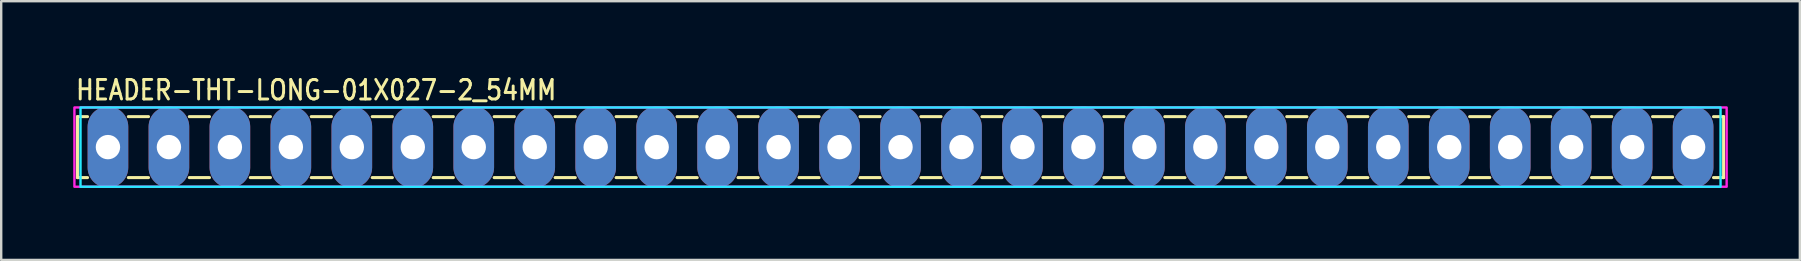
<source format=kicad_pcb>
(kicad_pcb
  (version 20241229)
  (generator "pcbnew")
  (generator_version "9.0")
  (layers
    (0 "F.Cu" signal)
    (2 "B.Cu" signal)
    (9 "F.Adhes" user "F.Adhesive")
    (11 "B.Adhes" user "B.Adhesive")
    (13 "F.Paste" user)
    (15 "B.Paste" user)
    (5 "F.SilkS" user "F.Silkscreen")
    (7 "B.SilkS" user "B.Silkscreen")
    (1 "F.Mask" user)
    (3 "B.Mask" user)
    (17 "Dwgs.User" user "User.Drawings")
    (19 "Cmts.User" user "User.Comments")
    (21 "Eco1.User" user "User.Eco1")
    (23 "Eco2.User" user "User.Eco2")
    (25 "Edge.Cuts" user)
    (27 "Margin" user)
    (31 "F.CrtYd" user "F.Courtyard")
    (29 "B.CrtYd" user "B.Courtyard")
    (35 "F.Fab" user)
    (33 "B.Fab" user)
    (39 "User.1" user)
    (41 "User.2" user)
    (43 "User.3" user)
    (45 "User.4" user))
  (footprint "HEADER-THT-LONG-01X027-2_54MM"
    (layer "F.Cu")
    (at 1.447 3.079)
    (property "Reference" "HEADER-THT-LONG-01X027-2_54MM" (at -1.4 -1.9 0) (unlocked yes) (layer "F.SilkS") (effects (font (size 0.813 0.695) (thickness 0.122)) (justify left bottom)))
    (fp_line (start -1.27 -1.27) (end -1.27 1.27) (stroke (width 0.127) (type solid)) (layer "F.SilkS"))
    (fp_line (start -1.27 1.27) (end -0.85 1.27) (stroke (width 0.127) (type solid)) (layer "F.SilkS"))
    (fp_line (start -0.85 -1.27) (end -1.27 -1.27) (stroke (width 0.127) (type solid)) (layer "F.SilkS"))
    (fp_line (start 0.85 -1.27) (end 1.69 -1.27) (stroke (width 0.127) (type solid)) (layer "F.SilkS"))
    (fp_line (start 0.85 1.27) (end 1.69 1.27) (stroke (width 0.127) (type solid)) (layer "F.SilkS"))
    (fp_line (start 3.39 -1.27) (end 4.23 -1.27) (stroke (width 0.127) (type solid)) (layer "F.SilkS"))
    (fp_line (start 3.39 1.27) (end 4.23 1.27) (stroke (width 0.127) (type solid)) (layer "F.SilkS"))
    (fp_line (start 5.93 -1.27) (end 6.77 -1.27) (stroke (width 0.127) (type solid)) (layer "F.SilkS"))
    (fp_line (start 5.93 1.27) (end 6.77 1.27) (stroke (width 0.127) (type solid)) (layer "F.SilkS"))
    (fp_line (start 8.47 -1.27) (end 9.31 -1.27) (stroke (width 0.127) (type solid)) (layer "F.SilkS"))
    (fp_line (start 8.47 1.27) (end 9.31 1.27) (stroke (width 0.127) (type solid)) (layer "F.SilkS"))
    (fp_line (start 11.01 -1.27) (end 11.85 -1.27) (stroke (width 0.127) (type solid)) (layer "F.SilkS"))
    (fp_line (start 11.01 1.27) (end 11.85 1.27) (stroke (width 0.127) (type solid)) (layer "F.SilkS"))
    (fp_line (start 13.55 -1.27) (end 14.39 -1.27) (stroke (width 0.127) (type solid)) (layer "F.SilkS"))
    (fp_line (start 13.55 1.27) (end 14.39 1.27) (stroke (width 0.127) (type solid)) (layer "F.SilkS"))
    (fp_line (start 16.09 -1.27) (end 16.93 -1.27) (stroke (width 0.127) (type solid)) (layer "F.SilkS"))
    (fp_line (start 16.09 1.27) (end 16.93 1.27) (stroke (width 0.127) (type solid)) (layer "F.SilkS"))
    (fp_line (start 18.63 -1.27) (end 19.47 -1.27) (stroke (width 0.127) (type solid)) (layer "F.SilkS"))
    (fp_line (start 18.63 1.27) (end 19.47 1.27) (stroke (width 0.127) (type solid)) (layer "F.SilkS"))
    (fp_line (start 21.17 -1.27) (end 22.01 -1.27) (stroke (width 0.127) (type solid)) (layer "F.SilkS"))
    (fp_line (start 21.17 1.27) (end 22.01 1.27) (stroke (width 0.127) (type solid)) (layer "F.SilkS"))
    (fp_line (start 23.71 -1.27) (end 24.55 -1.27) (stroke (width 0.127) (type solid)) (layer "F.SilkS"))
    (fp_line (start 23.71 1.27) (end 24.55 1.27) (stroke (width 0.127) (type solid)) (layer "F.SilkS"))
    (fp_line (start 26.25 -1.27) (end 27.09 -1.27) (stroke (width 0.127) (type solid)) (layer "F.SilkS"))
    (fp_line (start 26.25 1.27) (end 27.09 1.27) (stroke (width 0.127) (type solid)) (layer "F.SilkS"))
    (fp_line (start 28.79 -1.27) (end 29.63 -1.27) (stroke (width 0.127) (type solid)) (layer "F.SilkS"))
    (fp_line (start 28.79 1.27) (end 29.63 1.27) (stroke (width 0.127) (type solid)) (layer "F.SilkS"))
    (fp_line (start 31.33 -1.27) (end 32.17 -1.27) (stroke (width 0.127) (type solid)) (layer "F.SilkS"))
    (fp_line (start 31.33 1.27) (end 32.17 1.27) (stroke (width 0.127) (type solid)) (layer "F.SilkS"))
    (fp_line (start 33.87 -1.27) (end 34.71 -1.27) (stroke (width 0.127) (type solid)) (layer "F.SilkS"))
    (fp_line (start 33.87 1.27) (end 34.71 1.27) (stroke (width 0.127) (type solid)) (layer "F.SilkS"))
    (fp_line (start 36.41 -1.27) (end 37.25 -1.27) (stroke (width 0.127) (type solid)) (layer "F.SilkS"))
    (fp_line (start 36.41 1.27) (end 37.25 1.27) (stroke (width 0.127) (type solid)) (layer "F.SilkS"))
    (fp_line (start 38.95 -1.27) (end 39.79 -1.27) (stroke (width 0.127) (type solid)) (layer "F.SilkS"))
    (fp_line (start 38.95 1.27) (end 39.79 1.27) (stroke (width 0.127) (type solid)) (layer "F.SilkS"))
    (fp_line (start 41.49 -1.27) (end 42.33 -1.27) (stroke (width 0.127) (type solid)) (layer "F.SilkS"))
    (fp_line (start 41.49 1.27) (end 42.33 1.27) (stroke (width 0.127) (type solid)) (layer "F.SilkS"))
    (fp_line (start 44.03 -1.27) (end 44.87 -1.27) (stroke (width 0.127) (type solid)) (layer "F.SilkS"))
    (fp_line (start 44.03 1.27) (end 44.87 1.27) (stroke (width 0.127) (type solid)) (layer "F.SilkS"))
    (fp_line (start 46.57 -1.27) (end 47.41 -1.27) (stroke (width 0.127) (type solid)) (layer "F.SilkS"))
    (fp_line (start 46.57 1.27) (end 47.41 1.27) (stroke (width 0.127) (type solid)) (layer "F.SilkS"))
    (fp_line (start 49.11 -1.27) (end 49.95 -1.27) (stroke (width 0.127) (type solid)) (layer "F.SilkS"))
    (fp_line (start 49.11 1.27) (end 49.95 1.27) (stroke (width 0.127) (type solid)) (layer "F.SilkS"))
    (fp_line (start 51.65 -1.27) (end 52.49 -1.27) (stroke (width 0.127) (type solid)) (layer "F.SilkS"))
    (fp_line (start 51.65 1.27) (end 52.49 1.27) (stroke (width 0.127) (type solid)) (layer "F.SilkS"))
    (fp_line (start 54.19 -1.27) (end 55.03 -1.27) (stroke (width 0.127) (type solid)) (layer "F.SilkS"))
    (fp_line (start 54.19 1.27) (end 55.03 1.27) (stroke (width 0.127) (type solid)) (layer "F.SilkS"))
    (fp_line (start 56.73 -1.27) (end 57.57 -1.27) (stroke (width 0.127) (type solid)) (layer "F.SilkS"))
    (fp_line (start 56.73 1.27) (end 57.57 1.27) (stroke (width 0.127) (type solid)) (layer "F.SilkS"))
    (fp_line (start 59.27 -1.27) (end 60.11 -1.27) (stroke (width 0.127) (type solid)) (layer "F.SilkS"))
    (fp_line (start 59.27 1.27) (end 60.11 1.27) (stroke (width 0.127) (type solid)) (layer "F.SilkS"))
    (fp_line (start 61.81 -1.27) (end 62.65 -1.27) (stroke (width 0.127) (type solid)) (layer "F.SilkS"))
    (fp_line (start 61.81 1.27) (end 62.65 1.27) (stroke (width 0.127) (type solid)) (layer "F.SilkS"))
    (fp_line (start 64.35 -1.27) (end 65.19 -1.27) (stroke (width 0.127) (type solid)) (layer "F.SilkS"))
    (fp_line (start 64.35 1.27) (end 65.19 1.27) (stroke (width 0.127) (type solid)) (layer "F.SilkS"))
    (fp_line (start 66.89 -1.27) (end 67.31 -1.27) (stroke (width 0.127) (type solid)) (layer "F.SilkS"))
    (fp_line (start 67.31 -1.27) (end 67.31 1.27) (stroke (width 0.127) (type solid)) (layer "F.SilkS"))
    (fp_line (start 67.31 1.27) (end 66.89 1.27) (stroke (width 0.127) (type solid)) (layer "F.SilkS"))
    (fp_poly (pts (xy -1.143 -1.651) (xy 67.183 -1.651) (xy 67.183 1.651) (xy -1.143 1.651)) (stroke (width 0.1) (type solid)) (fill no) (layer "B.CrtYd"))
    (fp_poly (pts (xy -1.397 -1.651) (xy 67.437 -1.651) (xy 67.437 1.651) (xy -1.397 1.651)) (stroke (width 0.1) (type solid)) (fill no) (layer "F.CrtYd"))
    (pad "1" thru_hole oval (at 0 0 90) (size 3.387 1.693) (drill 1.016) (layers "*.Cu" "*.Mask"))
    (pad "2" thru_hole oval (at 2.54 0 90) (size 3.387 1.693) (drill 1.016) (layers "*.Cu" "*.Mask"))
    (pad "3" thru_hole oval (at 5.08 0 90) (size 3.387 1.693) (drill 1.016) (layers "*.Cu" "*.Mask"))
    (pad "4" thru_hole oval (at 7.62 0 90) (size 3.387 1.693) (drill 1.016) (layers "*.Cu" "*.Mask"))
    (pad "5" thru_hole oval (at 10.16 0 90) (size 3.387 1.693) (drill 1.016) (layers "*.Cu" "*.Mask"))
    (pad "6" thru_hole oval (at 12.7 0 90) (size 3.387 1.693) (drill 1.016) (layers "*.Cu" "*.Mask"))
    (pad "7" thru_hole oval (at 15.24 0 90) (size 3.387 1.693) (drill 1.016) (layers "*.Cu" "*.Mask"))
    (pad "8" thru_hole oval (at 17.78 0 90) (size 3.387 1.693) (drill 1.016) (layers "*.Cu" "*.Mask"))
    (pad "9" thru_hole oval (at 20.32 0 90) (size 3.387 1.693) (drill 1.016) (layers "*.Cu" "*.Mask"))
    (pad "10" thru_hole oval (at 22.86 0 90) (size 3.387 1.693) (drill 1.016) (layers "*.Cu" "*.Mask"))
    (pad "11" thru_hole oval (at 25.4 0 90) (size 3.387 1.693) (drill 1.016) (layers "*.Cu" "*.Mask"))
    (pad "12" thru_hole oval (at 27.94 0 90) (size 3.387 1.693) (drill 1.016) (layers "*.Cu" "*.Mask"))
    (pad "13" thru_hole oval (at 30.48 0 90) (size 3.387 1.693) (drill 1.016) (layers "*.Cu" "*.Mask"))
    (pad "14" thru_hole oval (at 33.02 0 90) (size 3.387 1.693) (drill 1.016) (layers "*.Cu" "*.Mask"))
    (pad "15" thru_hole oval (at 35.56 0 90) (size 3.387 1.693) (drill 1.016) (layers "*.Cu" "*.Mask"))
    (pad "16" thru_hole oval (at 38.1 0 90) (size 3.387 1.693) (drill 1.016) (layers "*.Cu" "*.Mask"))
    (pad "17" thru_hole oval (at 40.64 0 90) (size 3.387 1.693) (drill 1.016) (layers "*.Cu" "*.Mask"))
    (pad "18" thru_hole oval (at 43.18 0 90) (size 3.387 1.693) (drill 1.016) (layers "*.Cu" "*.Mask"))
    (pad "19" thru_hole oval (at 45.72 0 90) (size 3.387 1.693) (drill 1.016) (layers "*.Cu" "*.Mask"))
    (pad "20" thru_hole oval (at 48.26 0 90) (size 3.387 1.693) (drill 1.016) (layers "*.Cu" "*.Mask"))
    (pad "21" thru_hole oval (at 50.8 0 90) (size 3.387 1.693) (drill 1.016) (layers "*.Cu" "*.Mask"))
    (pad "22" thru_hole oval (at 53.34 0 90) (size 3.387 1.693) (drill 1.016) (layers "*.Cu" "*.Mask"))
    (pad "23" thru_hole oval (at 55.88 0 90) (size 3.387 1.693) (drill 1.016) (layers "*.Cu" "*.Mask"))
    (pad "24" thru_hole oval (at 58.42 0 90) (size 3.387 1.693) (drill 1.016) (layers "*.Cu" "*.Mask"))
    (pad "25" thru_hole oval (at 60.96 0 90) (size 3.387 1.693) (drill 1.016) (layers "*.Cu" "*.Mask"))
    (pad "26" thru_hole oval (at 63.5 0 90) (size 3.387 1.693) (drill 1.016) (layers "*.Cu" "*.Mask"))
    (pad "27" thru_hole oval (at 66.04 0 90) (size 3.387 1.693) (drill 1.016) (layers "*.Cu" "*.Mask")))
  (gr_rect
    (start -3 -3)
    (end 71.934 7.78)
    (stroke (width 0.1) (type default))
    (fill no)
    (layer "Edge.Cuts")))
</source>
